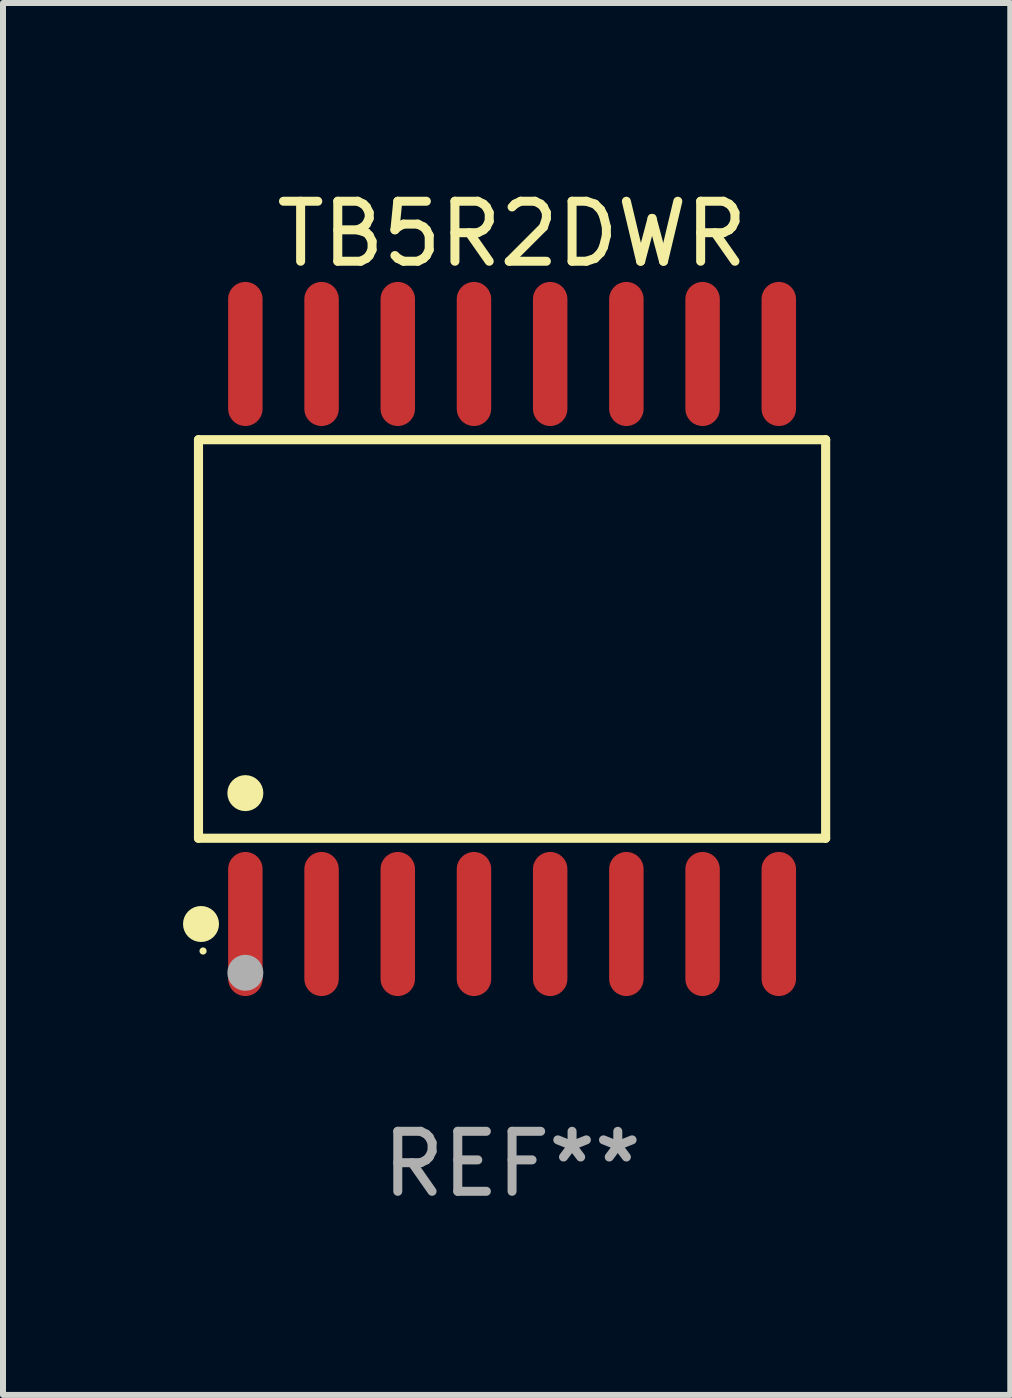
<source format=kicad_pcb>
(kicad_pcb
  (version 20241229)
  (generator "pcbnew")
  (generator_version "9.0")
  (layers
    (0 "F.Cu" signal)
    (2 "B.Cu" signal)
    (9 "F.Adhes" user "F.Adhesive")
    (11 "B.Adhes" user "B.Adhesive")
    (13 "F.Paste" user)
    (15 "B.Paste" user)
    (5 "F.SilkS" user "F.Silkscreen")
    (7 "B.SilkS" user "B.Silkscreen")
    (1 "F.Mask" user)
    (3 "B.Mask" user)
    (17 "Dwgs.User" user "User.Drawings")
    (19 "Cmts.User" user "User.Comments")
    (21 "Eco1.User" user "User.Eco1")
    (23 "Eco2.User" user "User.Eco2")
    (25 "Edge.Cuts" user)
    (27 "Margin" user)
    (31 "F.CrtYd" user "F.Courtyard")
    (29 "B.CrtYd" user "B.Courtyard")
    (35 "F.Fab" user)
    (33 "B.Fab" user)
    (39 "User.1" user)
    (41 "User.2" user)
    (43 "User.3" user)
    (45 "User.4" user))
  (footprint "TB5R2DWR"
    (layer "F.Cu")
    (at 5.484 7.599)
    (property "Reference" "TB5R2DWR" (at 0 -6.75 0) (layer "F.SilkS") (effects (font (size 1 1) (thickness 0.15))))
    (attr through_hole)
    (fp_line (start -5.226 -3.321) (end 5.226 -3.321) (stroke (width 0.152) (type solid)) (layer "F.SilkS"))
    (fp_line (start -5.226 3.321) (end -5.226 -3.321) (stroke (width 0.152) (type solid)) (layer "F.SilkS"))
    (fp_line (start 5.226 -3.321) (end 5.226 3.321) (stroke (width 0.152) (type solid)) (layer "F.SilkS"))
    (fp_line (start 5.226 3.321) (end -5.226 3.321) (stroke (width 0.152) (type solid)) (layer "F.SilkS"))
    (fp_circle (center -5.184 4.75) (end -5.034 4.75) (stroke (width 0.3) (type solid)) (fill no) (layer "F.SilkS"))
    (fp_circle (center -5.15 5.2) (end -5.12 5.2) (stroke (width 0.06) (type solid)) (fill no) (layer "F.SilkS"))
    (fp_circle (center -4.445 2.569) (end -4.295 2.569) (stroke (width 0.3) (type solid)) (fill no) (layer "F.SilkS"))
    (fp_circle (center -4.445 5.563) (end -4.295 5.563) (stroke (width 0.3) (type solid)) (fill no) (layer "F.Fab"))
    (fp_text user "REF**" (at 0 8.75 0) (layer "F.Fab") (effects (font (size 1 1) (thickness 0.15))))
    (pad "1" smd oval (at -4.445 4.75) (size 0.574 2.401) (layers "F.Cu" "F.Mask" "F.Paste"))
    (pad "2" smd oval (at -3.175 4.75) (size 0.574 2.401) (layers "F.Cu" "F.Mask" "F.Paste"))
    (pad "3" smd oval (at -1.905 4.75) (size 0.574 2.401) (layers "F.Cu" "F.Mask" "F.Paste"))
    (pad "4" smd oval (at -0.635 4.75) (size 0.574 2.401) (layers "F.Cu" "F.Mask" "F.Paste"))
    (pad "5" smd oval (at 0.635 4.75) (size 0.574 2.401) (layers "F.Cu" "F.Mask" "F.Paste"))
    (pad "6" smd oval (at 1.905 4.75) (size 0.574 2.401) (layers "F.Cu" "F.Mask" "F.Paste"))
    (pad "7" smd oval (at 3.175 4.75) (size 0.574 2.401) (layers "F.Cu" "F.Mask" "F.Paste"))
    (pad "8" smd oval (at 4.445 4.75) (size 0.574 2.401) (layers "F.Cu" "F.Mask" "F.Paste"))
    (pad "9" smd oval (at 4.445 -4.75) (size 0.574 2.401) (layers "F.Cu" "F.Mask" "F.Paste"))
    (pad "10" smd oval (at 3.175 -4.75) (size 0.574 2.401) (layers "F.Cu" "F.Mask" "F.Paste"))
    (pad "11" smd oval (at 1.905 -4.75) (size 0.574 2.401) (layers "F.Cu" "F.Mask" "F.Paste"))
    (pad "12" smd oval (at 0.635 -4.75) (size 0.574 2.401) (layers "F.Cu" "F.Mask" "F.Paste"))
    (pad "13" smd oval (at -0.635 -4.75) (size 0.574 2.401) (layers "F.Cu" "F.Mask" "F.Paste"))
    (pad "14" smd oval (at -1.905 -4.75) (size 0.574 2.401) (layers "F.Cu" "F.Mask" "F.Paste"))
    (pad "15" smd oval (at -3.175 -4.75) (size 0.574 2.401) (layers "F.Cu" "F.Mask" "F.Paste"))
    (pad "16" smd oval (at -4.445 -4.75) (size 0.574 2.401) (layers "F.Cu" "F.Mask" "F.Paste")))
  (gr_rect
    (start -3 -3)
    (end 13.787 20.197)
    (stroke (width 0.1) (type default))
    (fill no)
    (layer "Edge.Cuts")))
</source>
